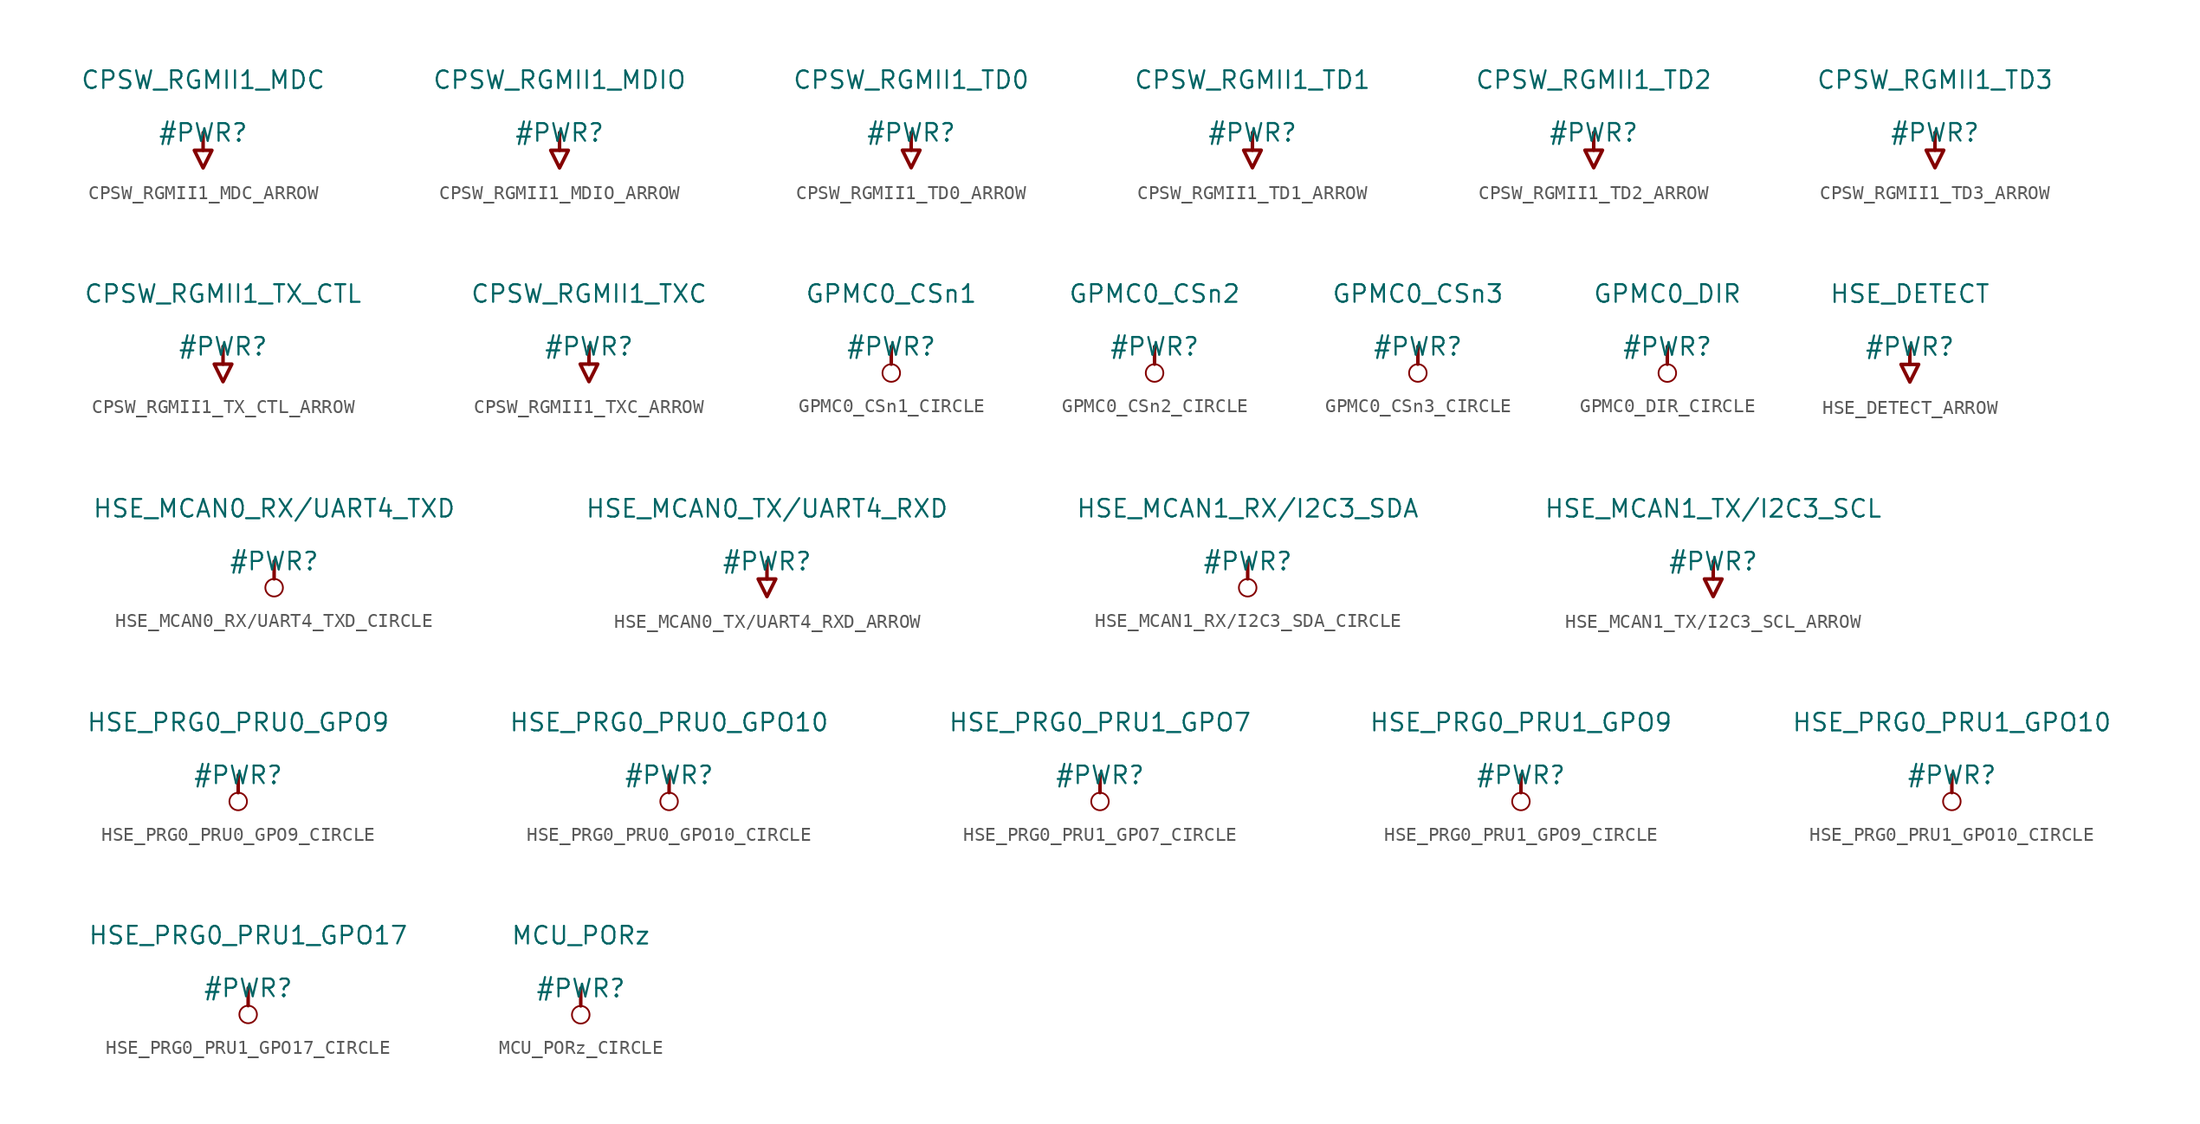
<source format=kicad_sym>
(kicad_symbol_lib
  (version 20231120)
  (generator "kicad_symbol_editor")
  (generator_version "8.0")
  (symbol "CPSW_RGMII1_MDC_ARROW"
    (power)
    (property "Reference" "#PWR"
      (at 0 0 0)
      (effects (font (size 1.27 1.27))))
    (property "Value" "CPSW_RGMII1_MDC"
      (at 0 3.81 0)
      (effects (font (size 1.27 1.27))))
    (symbol "CPSW_RGMII1_MDC_ARROW_0_0"
      (polyline (pts (xy 0 0) (xy 0 -1.27)) (stroke (width 0.254) (type solid)) (fill (type none)))
      (polyline (pts (xy -0.635 -1.27) (xy 0.635 -1.27) (xy 0 -2.54) (xy -0.635 -1.27)) (stroke (width 0.254) (type solid)) (fill (type none)))
      (pin power_in line (at 0 0 0) (length 0) hide (name "CPSW_RGMII1_MDC" (effects (font (size 1.27 1.27)))) (number "" (effects (font (size 1.27 1.27)))))))
  (symbol "CPSW_RGMII1_MDIO_ARROW"
    (power)
    (property "Reference" "#PWR"
      (at 0 0 0)
      (effects (font (size 1.27 1.27))))
    (property "Value" "CPSW_RGMII1_MDIO"
      (at 0 3.81 0)
      (effects (font (size 1.27 1.27))))
    (symbol "CPSW_RGMII1_MDIO_ARROW_0_0"
      (polyline (pts (xy 0 0) (xy 0 -1.27)) (stroke (width 0.254) (type solid)) (fill (type none)))
      (polyline (pts (xy -0.635 -1.27) (xy 0.635 -1.27) (xy 0 -2.54) (xy -0.635 -1.27)) (stroke (width 0.254) (type solid)) (fill (type none)))
      (pin power_in line (at 0 0 0) (length 0) hide (name "CPSW_RGMII1_MDIO" (effects (font (size 1.27 1.27)))) (number "" (effects (font (size 1.27 1.27)))))))
  (symbol "CPSW_RGMII1_TD0_ARROW"
    (power)
    (property "Reference" "#PWR"
      (at 0 0 0)
      (effects (font (size 1.27 1.27))))
    (property "Value" "CPSW_RGMII1_TD0"
      (at 0 3.81 0)
      (effects (font (size 1.27 1.27))))
    (symbol "CPSW_RGMII1_TD0_ARROW_0_0"
      (polyline (pts (xy 0 0) (xy 0 -1.27)) (stroke (width 0.254) (type solid)) (fill (type none)))
      (polyline (pts (xy -0.635 -1.27) (xy 0.635 -1.27) (xy 0 -2.54) (xy -0.635 -1.27)) (stroke (width 0.254) (type solid)) (fill (type none)))
      (pin power_in line (at 0 0 0) (length 0) hide (name "CPSW_RGMII1_TD0" (effects (font (size 1.27 1.27)))) (number "" (effects (font (size 1.27 1.27)))))))
  (symbol "CPSW_RGMII1_TD1_ARROW"
    (power)
    (property "Reference" "#PWR"
      (at 0 0 0)
      (effects (font (size 1.27 1.27))))
    (property "Value" "CPSW_RGMII1_TD1"
      (at 0 3.81 0)
      (effects (font (size 1.27 1.27))))
    (symbol "CPSW_RGMII1_TD1_ARROW_0_0"
      (polyline (pts (xy 0 0) (xy 0 -1.27)) (stroke (width 0.254) (type solid)) (fill (type none)))
      (polyline (pts (xy -0.635 -1.27) (xy 0.635 -1.27) (xy 0 -2.54) (xy -0.635 -1.27)) (stroke (width 0.254) (type solid)) (fill (type none)))
      (pin power_in line (at 0 0 0) (length 0) hide (name "CPSW_RGMII1_TD1" (effects (font (size 1.27 1.27)))) (number "" (effects (font (size 1.27 1.27)))))))
  (symbol "CPSW_RGMII1_TD2_ARROW"
    (power)
    (property "Reference" "#PWR"
      (at 0 0 0)
      (effects (font (size 1.27 1.27))))
    (property "Value" "CPSW_RGMII1_TD2"
      (at 0 3.81 0)
      (effects (font (size 1.27 1.27))))
    (symbol "CPSW_RGMII1_TD2_ARROW_0_0"
      (polyline (pts (xy 0 0) (xy 0 -1.27)) (stroke (width 0.254) (type solid)) (fill (type none)))
      (polyline (pts (xy -0.635 -1.27) (xy 0.635 -1.27) (xy 0 -2.54) (xy -0.635 -1.27)) (stroke (width 0.254) (type solid)) (fill (type none)))
      (pin power_in line (at 0 0 0) (length 0) hide (name "CPSW_RGMII1_TD2" (effects (font (size 1.27 1.27)))) (number "" (effects (font (size 1.27 1.27)))))))
  (symbol "CPSW_RGMII1_TD3_ARROW"
    (power)
    (property "Reference" "#PWR"
      (at 0 0 0)
      (effects (font (size 1.27 1.27))))
    (property "Value" "CPSW_RGMII1_TD3"
      (at 0 3.81 0)
      (effects (font (size 1.27 1.27))))
    (symbol "CPSW_RGMII1_TD3_ARROW_0_0"
      (polyline (pts (xy 0 0) (xy 0 -1.27)) (stroke (width 0.254) (type solid)) (fill (type none)))
      (polyline (pts (xy -0.635 -1.27) (xy 0.635 -1.27) (xy 0 -2.54) (xy -0.635 -1.27)) (stroke (width 0.254) (type solid)) (fill (type none)))
      (pin power_in line (at 0 0 0) (length 0) hide (name "CPSW_RGMII1_TD3" (effects (font (size 1.27 1.27)))) (number "" (effects (font (size 1.27 1.27)))))))
  (symbol "CPSW_RGMII1_TX_CTL_ARROW"
    (power)
    (property "Reference" "#PWR"
      (at 0 0 0)
      (effects (font (size 1.27 1.27))))
    (property "Value" "CPSW_RGMII1_TX_CTL"
      (at 0 3.81 0)
      (effects (font (size 1.27 1.27))))
    (symbol "CPSW_RGMII1_TX_CTL_ARROW_0_0"
      (polyline (pts (xy 0 0) (xy 0 -1.27)) (stroke (width 0.254) (type solid)) (fill (type none)))
      (polyline (pts (xy -0.635 -1.27) (xy 0.635 -1.27) (xy 0 -2.54) (xy -0.635 -1.27)) (stroke (width 0.254) (type solid)) (fill (type none)))
      (pin power_in line (at 0 0 0) (length 0) hide (name "CPSW_RGMII1_TX_CTL" (effects (font (size 1.27 1.27)))) (number "" (effects (font (size 1.27 1.27)))))))
  (symbol "CPSW_RGMII1_TXC_ARROW"
    (power)
    (property "Reference" "#PWR"
      (at 0 0 0)
      (effects (font (size 1.27 1.27))))
    (property "Value" "CPSW_RGMII1_TXC"
      (at 0 3.81 0)
      (effects (font (size 1.27 1.27))))
    (symbol "CPSW_RGMII1_TXC_ARROW_0_0"
      (polyline (pts (xy 0 0) (xy 0 -1.27)) (stroke (width 0.254) (type solid)) (fill (type none)))
      (polyline (pts (xy -0.635 -1.27) (xy 0.635 -1.27) (xy 0 -2.54) (xy -0.635 -1.27)) (stroke (width 0.254) (type solid)) (fill (type none)))
      (pin power_in line (at 0 0 0) (length 0) hide (name "CPSW_RGMII1_TXC" (effects (font (size 1.27 1.27)))) (number "" (effects (font (size 1.27 1.27)))))))
  (symbol "GPMC0_CSn1_CIRCLE"
    (power)
    (property "Reference" "#PWR"
      (at 0 0 0)
      (effects (font (size 1.27 1.27))))
    (property "Value" "GPMC0_CSn1"
      (at 0 3.81 0)
      (effects (font (size 1.27 1.27))))
    (symbol "GPMC0_CSn1_CIRCLE_0_0"
      (circle (center 0 -1.905) (radius 0.635) (stroke (width 0.127) (type solid)) (fill (type none)))
      (polyline (pts (xy 0 0) (xy 0 -1.27)) (stroke (width 0.254) (type solid)) (fill (type none)))
      (pin power_in line (at 0 0 0) (length 0) hide (name "GPMC0_CSn1" (effects (font (size 1.27 1.27)))) (number "" (effects (font (size 1.27 1.27)))))))
  (symbol "GPMC0_CSn2_CIRCLE"
    (power)
    (property "Reference" "#PWR"
      (at 0 0 0)
      (effects (font (size 1.27 1.27))))
    (property "Value" "GPMC0_CSn2"
      (at 0 3.81 0)
      (effects (font (size 1.27 1.27))))
    (symbol "GPMC0_CSn2_CIRCLE_0_0"
      (circle (center 0 -1.905) (radius 0.635) (stroke (width 0.127) (type solid)) (fill (type none)))
      (polyline (pts (xy 0 0) (xy 0 -1.27)) (stroke (width 0.254) (type solid)) (fill (type none)))
      (pin power_in line (at 0 0 0) (length 0) hide (name "GPMC0_CSn2" (effects (font (size 1.27 1.27)))) (number "" (effects (font (size 1.27 1.27)))))))
  (symbol "GPMC0_CSn3_CIRCLE"
    (power)
    (property "Reference" "#PWR"
      (at 0 0 0)
      (effects (font (size 1.27 1.27))))
    (property "Value" "GPMC0_CSn3"
      (at 0 3.81 0)
      (effects (font (size 1.27 1.27))))
    (symbol "GPMC0_CSn3_CIRCLE_0_0"
      (circle (center 0 -1.905) (radius 0.635) (stroke (width 0.127) (type solid)) (fill (type none)))
      (polyline (pts (xy 0 0) (xy 0 -1.27)) (stroke (width 0.254) (type solid)) (fill (type none)))
      (pin power_in line (at 0 0 0) (length 0) hide (name "GPMC0_CSn3" (effects (font (size 1.27 1.27)))) (number "" (effects (font (size 1.27 1.27)))))))
  (symbol "GPMC0_DIR_CIRCLE"
    (power)
    (property "Reference" "#PWR"
      (at 0 0 0)
      (effects (font (size 1.27 1.27))))
    (property "Value" "GPMC0_DIR"
      (at 0 3.81 0)
      (effects (font (size 1.27 1.27))))
    (symbol "GPMC0_DIR_CIRCLE_0_0"
      (circle (center 0 -1.905) (radius 0.635) (stroke (width 0.127) (type solid)) (fill (type none)))
      (polyline (pts (xy 0 0) (xy 0 -1.27)) (stroke (width 0.254) (type solid)) (fill (type none)))
      (pin power_in line (at 0 0 0) (length 0) hide (name "GPMC0_DIR" (effects (font (size 1.27 1.27)))) (number "" (effects (font (size 1.27 1.27)))))))
  (symbol "HSE_DETECT_ARROW"
    (power)
    (property "Reference" "#PWR"
      (at 0 0 0)
      (effects (font (size 1.27 1.27))))
    (property "Value" "HSE_DETECT"
      (at 0 3.81 0)
      (effects (font (size 1.27 1.27))))
    (symbol "HSE_DETECT_ARROW_0_0"
      (polyline (pts (xy 0 0) (xy 0 -1.27)) (stroke (width 0.254) (type solid)) (fill (type none)))
      (polyline (pts (xy -0.635 -1.27) (xy 0.635 -1.27) (xy 0 -2.54) (xy -0.635 -1.27)) (stroke (width 0.254) (type solid)) (fill (type none)))
      (pin power_in line (at 0 0 0) (length 0) hide (name "HSE_DETECT" (effects (font (size 1.27 1.27)))) (number "" (effects (font (size 1.27 1.27)))))))
  (symbol "HSE_MCAN0_RX/UART4_TXD_CIRCLE"
    (power)
    (property "Reference" "#PWR"
      (at 0 0 0)
      (effects (font (size 1.27 1.27))))
    (property "Value" "HSE_MCAN0_RX/UART4_TXD"
      (at 0 3.81 0)
      (effects (font (size 1.27 1.27))))
    (symbol "HSE_MCAN0_RX/UART4_TXD_CIRCLE_0_0"
      (circle (center 0 -1.905) (radius 0.635) (stroke (width 0.127) (type solid)) (fill (type none)))
      (polyline (pts (xy 0 0) (xy 0 -1.27)) (stroke (width 0.254) (type solid)) (fill (type none)))
      (pin power_in line (at 0 0 0) (length 0) hide (name "HSE_MCAN0_RX/UART4_TXD" (effects (font (size 1.27 1.27)))) (number "" (effects (font (size 1.27 1.27)))))))
  (symbol "HSE_MCAN0_TX/UART4_RXD_ARROW"
    (power)
    (property "Reference" "#PWR"
      (at 0 0 0)
      (effects (font (size 1.27 1.27))))
    (property "Value" "HSE_MCAN0_TX/UART4_RXD"
      (at 0 3.81 0)
      (effects (font (size 1.27 1.27))))
    (symbol "HSE_MCAN0_TX/UART4_RXD_ARROW_0_0"
      (polyline (pts (xy 0 0) (xy 0 -1.27)) (stroke (width 0.254) (type solid)) (fill (type none)))
      (polyline (pts (xy -0.635 -1.27) (xy 0.635 -1.27) (xy 0 -2.54) (xy -0.635 -1.27)) (stroke (width 0.254) (type solid)) (fill (type none)))
      (pin power_in line (at 0 0 0) (length 0) hide (name "HSE_MCAN0_TX/UART4_RXD" (effects (font (size 1.27 1.27)))) (number "" (effects (font (size 1.27 1.27)))))))
  (symbol "HSE_MCAN1_RX/I2C3_SDA_CIRCLE"
    (power)
    (property "Reference" "#PWR"
      (at 0 0 0)
      (effects (font (size 1.27 1.27))))
    (property "Value" "HSE_MCAN1_RX/I2C3_SDA"
      (at 0 3.81 0)
      (effects (font (size 1.27 1.27))))
    (symbol "HSE_MCAN1_RX/I2C3_SDA_CIRCLE_0_0"
      (circle (center 0 -1.905) (radius 0.635) (stroke (width 0.127) (type solid)) (fill (type none)))
      (polyline (pts (xy 0 0) (xy 0 -1.27)) (stroke (width 0.254) (type solid)) (fill (type none)))
      (pin power_in line (at 0 0 0) (length 0) hide (name "HSE_MCAN1_RX/I2C3_SDA" (effects (font (size 1.27 1.27)))) (number "" (effects (font (size 1.27 1.27)))))))
  (symbol "HSE_MCAN1_TX/I2C3_SCL_ARROW"
    (power)
    (property "Reference" "#PWR"
      (at 0 0 0)
      (effects (font (size 1.27 1.27))))
    (property "Value" "HSE_MCAN1_TX/I2C3_SCL"
      (at 0 3.81 0)
      (effects (font (size 1.27 1.27))))
    (symbol "HSE_MCAN1_TX/I2C3_SCL_ARROW_0_0"
      (polyline (pts (xy 0 0) (xy 0 -1.27)) (stroke (width 0.254) (type solid)) (fill (type none)))
      (polyline (pts (xy -0.635 -1.27) (xy 0.635 -1.27) (xy 0 -2.54) (xy -0.635 -1.27)) (stroke (width 0.254) (type solid)) (fill (type none)))
      (pin power_in line (at 0 0 0) (length 0) hide (name "HSE_MCAN1_TX/I2C3_SCL" (effects (font (size 1.27 1.27)))) (number "" (effects (font (size 1.27 1.27)))))))
  (symbol "HSE_PRG0_PRU0_GPO9_CIRCLE"
    (power)
    (property "Reference" "#PWR"
      (at 0 0 0)
      (effects (font (size 1.27 1.27))))
    (property "Value" "HSE_PRG0_PRU0_GPO9"
      (at 0 3.81 0)
      (effects (font (size 1.27 1.27))))
    (symbol "HSE_PRG0_PRU0_GPO9_CIRCLE_0_0"
      (circle (center 0 -1.905) (radius 0.635) (stroke (width 0.127) (type solid)) (fill (type none)))
      (polyline (pts (xy 0 0) (xy 0 -1.27)) (stroke (width 0.254) (type solid)) (fill (type none)))
      (pin power_in line (at 0 0 0) (length 0) hide (name "HSE_PRG0_PRU0_GPO9" (effects (font (size 1.27 1.27)))) (number "" (effects (font (size 1.27 1.27)))))))
  (symbol "HSE_PRG0_PRU0_GPO10_CIRCLE"
    (power)
    (property "Reference" "#PWR"
      (at 0 0 0)
      (effects (font (size 1.27 1.27))))
    (property "Value" "HSE_PRG0_PRU0_GPO10"
      (at 0 3.81 0)
      (effects (font (size 1.27 1.27))))
    (symbol "HSE_PRG0_PRU0_GPO10_CIRCLE_0_0"
      (circle (center 0 -1.905) (radius 0.635) (stroke (width 0.127) (type solid)) (fill (type none)))
      (polyline (pts (xy 0 0) (xy 0 -1.27)) (stroke (width 0.254) (type solid)) (fill (type none)))
      (pin power_in line (at 0 0 0) (length 0) hide (name "HSE_PRG0_PRU0_GPO10" (effects (font (size 1.27 1.27)))) (number "" (effects (font (size 1.27 1.27)))))))
  (symbol "HSE_PRG0_PRU1_GPO7_CIRCLE"
    (power)
    (property "Reference" "#PWR"
      (at 0 0 0)
      (effects (font (size 1.27 1.27))))
    (property "Value" "HSE_PRG0_PRU1_GPO7"
      (at 0 3.81 0)
      (effects (font (size 1.27 1.27))))
    (symbol "HSE_PRG0_PRU1_GPO7_CIRCLE_0_0"
      (circle (center 0 -1.905) (radius 0.635) (stroke (width 0.127) (type solid)) (fill (type none)))
      (polyline (pts (xy 0 0) (xy 0 -1.27)) (stroke (width 0.254) (type solid)) (fill (type none)))
      (pin power_in line (at 0 0 0) (length 0) hide (name "HSE_PRG0_PRU1_GPO7" (effects (font (size 1.27 1.27)))) (number "" (effects (font (size 1.27 1.27)))))))
  (symbol "HSE_PRG0_PRU1_GPO9_CIRCLE"
    (power)
    (property "Reference" "#PWR"
      (at 0 0 0)
      (effects (font (size 1.27 1.27))))
    (property "Value" "HSE_PRG0_PRU1_GPO9"
      (at 0 3.81 0)
      (effects (font (size 1.27 1.27))))
    (symbol "HSE_PRG0_PRU1_GPO9_CIRCLE_0_0"
      (circle (center 0 -1.905) (radius 0.635) (stroke (width 0.127) (type solid)) (fill (type none)))
      (polyline (pts (xy 0 0) (xy 0 -1.27)) (stroke (width 0.254) (type solid)) (fill (type none)))
      (pin power_in line (at 0 0 0) (length 0) hide (name "HSE_PRG0_PRU1_GPO9" (effects (font (size 1.27 1.27)))) (number "" (effects (font (size 1.27 1.27)))))))
  (symbol "HSE_PRG0_PRU1_GPO10_CIRCLE"
    (power)
    (property "Reference" "#PWR"
      (at 0 0 0)
      (effects (font (size 1.27 1.27))))
    (property "Value" "HSE_PRG0_PRU1_GPO10"
      (at 0 3.81 0)
      (effects (font (size 1.27 1.27))))
    (symbol "HSE_PRG0_PRU1_GPO10_CIRCLE_0_0"
      (circle (center 0 -1.905) (radius 0.635) (stroke (width 0.127) (type solid)) (fill (type none)))
      (polyline (pts (xy 0 0) (xy 0 -1.27)) (stroke (width 0.254) (type solid)) (fill (type none)))
      (pin power_in line (at 0 0 0) (length 0) hide (name "HSE_PRG0_PRU1_GPO10" (effects (font (size 1.27 1.27)))) (number "" (effects (font (size 1.27 1.27)))))))
  (symbol "HSE_PRG0_PRU1_GPO17_CIRCLE"
    (power)
    (property "Reference" "#PWR"
      (at 0 0 0)
      (effects (font (size 1.27 1.27))))
    (property "Value" "HSE_PRG0_PRU1_GPO17"
      (at 0 3.81 0)
      (effects (font (size 1.27 1.27))))
    (symbol "HSE_PRG0_PRU1_GPO17_CIRCLE_0_0"
      (circle (center 0 -1.905) (radius 0.635) (stroke (width 0.127) (type solid)) (fill (type none)))
      (polyline (pts (xy 0 0) (xy 0 -1.27)) (stroke (width 0.254) (type solid)) (fill (type none)))
      (pin power_in line (at 0 0 0) (length 0) hide (name "HSE_PRG0_PRU1_GPO17" (effects (font (size 1.27 1.27)))) (number "" (effects (font (size 1.27 1.27)))))))
  (symbol "MCU_PORz_CIRCLE"
    (power)
    (property "Reference" "#PWR"
      (at 0 0 0)
      (effects (font (size 1.27 1.27))))
    (property "Value" "MCU_PORz"
      (at 0 3.81 0)
      (effects (font (size 1.27 1.27))))
    (symbol "MCU_PORz_CIRCLE_0_0"
      (circle (center 0 -1.905) (radius 0.635) (stroke (width 0.127) (type solid)) (fill (type none)))
      (polyline (pts (xy 0 0) (xy 0 -1.27)) (stroke (width 0.254) (type solid)) (fill (type none)))
      (pin power_in line (at 0 0 0) (length 0) hide (name "MCU_PORz" (effects (font (size 1.27 1.27)))) (number "" (effects (font (size 1.27 1.27))))))))
</source>
